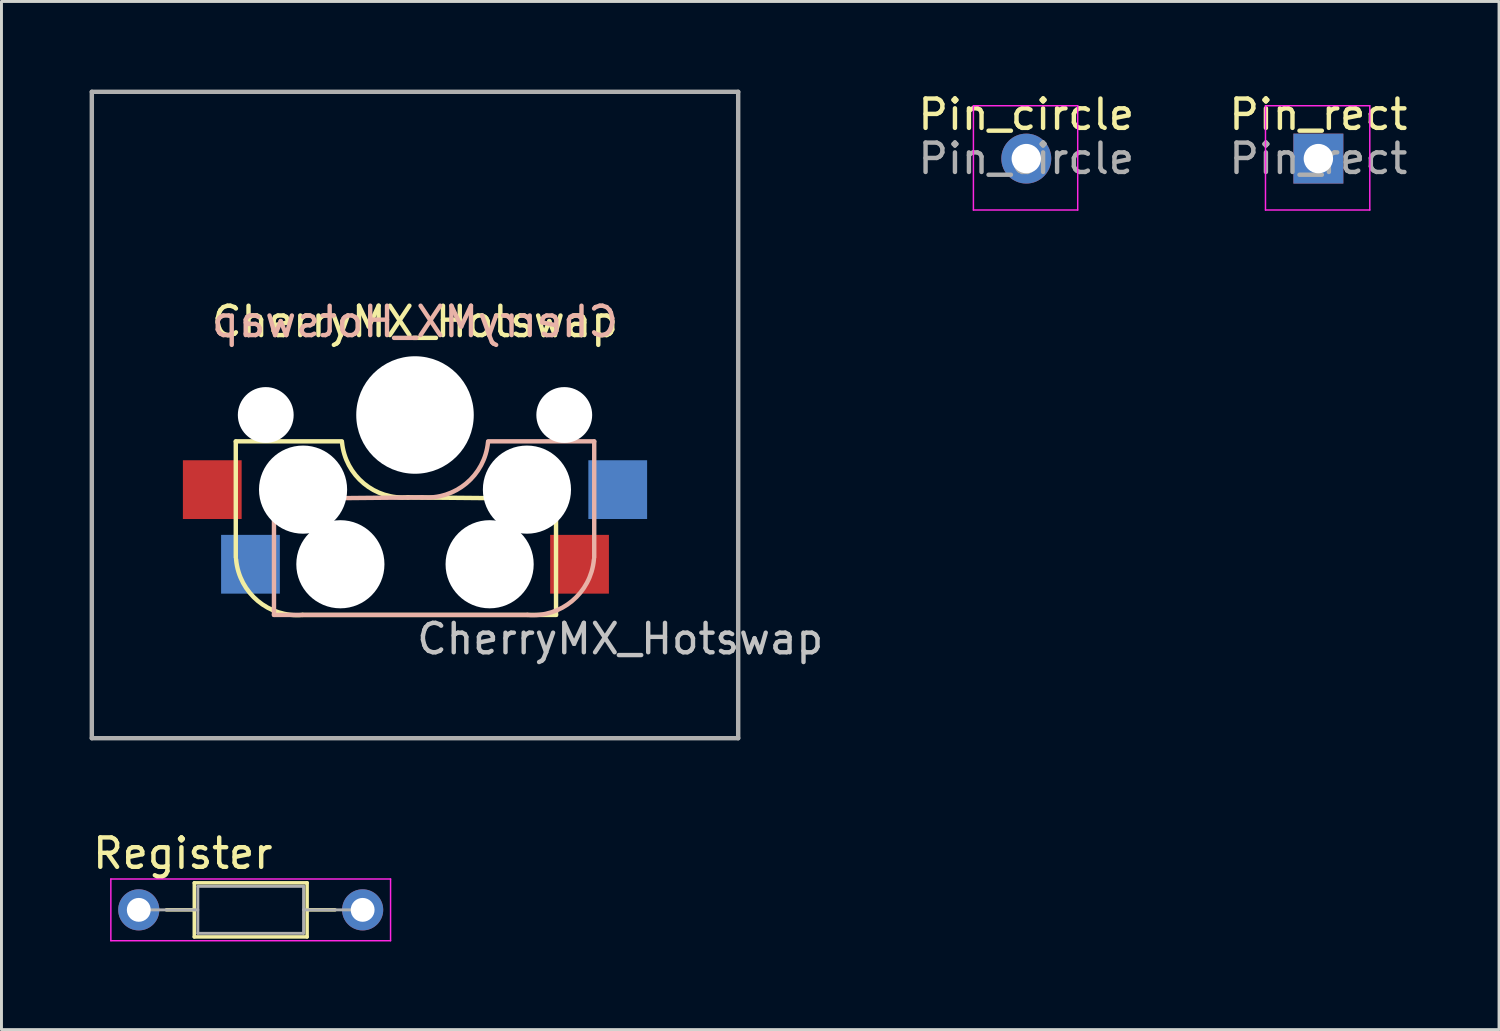
<source format=kicad_pcb>
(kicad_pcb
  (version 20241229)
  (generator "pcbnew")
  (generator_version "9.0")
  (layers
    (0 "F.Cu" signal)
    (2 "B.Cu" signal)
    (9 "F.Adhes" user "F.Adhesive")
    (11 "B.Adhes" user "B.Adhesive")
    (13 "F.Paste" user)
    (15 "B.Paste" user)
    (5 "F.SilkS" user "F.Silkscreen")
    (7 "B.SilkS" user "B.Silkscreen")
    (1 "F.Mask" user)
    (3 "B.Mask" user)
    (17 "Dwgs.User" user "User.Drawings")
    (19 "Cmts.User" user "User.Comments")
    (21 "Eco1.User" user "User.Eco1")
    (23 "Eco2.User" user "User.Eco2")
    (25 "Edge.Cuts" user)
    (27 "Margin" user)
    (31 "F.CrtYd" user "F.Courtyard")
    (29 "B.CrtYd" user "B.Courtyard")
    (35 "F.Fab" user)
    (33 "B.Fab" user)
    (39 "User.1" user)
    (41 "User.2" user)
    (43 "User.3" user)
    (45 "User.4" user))
  (footprint "Pin_circle"
    (layer "F.Cu")
    (at 31.881 2.348)
    (property "Reference" "Pin_circle" (at 0 -1.5 0) (layer "F.SilkS") (effects (font (size 1 1) (thickness 0.15))))
    (attr through_hole)
    (fp_line (start -1.8 -1.8) (end 1.75 -1.8) (stroke (width 0.05) (type solid)) (layer "F.CrtYd"))
    (fp_line (start -1.8 1.75) (end -1.8 -1.8) (stroke (width 0.05) (type solid)) (layer "F.CrtYd"))
    (fp_line (start 1.75 -1.8) (end 1.75 1.75) (stroke (width 0.05) (type solid)) (layer "F.CrtYd"))
    (fp_line (start 1.75 1.75) (end -1.8 1.75) (stroke (width 0.05) (type solid)) (layer "F.CrtYd"))
    (fp_text user "${REFERENCE}" (at 0 0 0) (layer "F.Fab") (effects (font (size 1 1) (thickness 0.15))))
    (pad "1" thru_hole circle (at 0 0) (size 1.7 1.7) (drill 1) (layers "*.Cu" "*.Mask")))
  (footprint "CherryMX_Hotswap"
    (layer "F.Cu")
    (at 11.075 11.075)
    (property "Reference" "CherryMX_Hotswap" (at 6.985 7.62 0) (layer "Dwgs.User") (effects (font (size 1 1) (thickness 0.15))))
    (attr through_hole)
    (fp_line (start -6.1 0.896) (end -2.49 0.896) (stroke (width 0.15) (type solid)) (layer "F.SilkS"))
    (fp_line (start -6.1 4.85) (end -6.1 0.905) (stroke (width 0.15) (type solid)) (layer "F.SilkS"))
    (fp_line (start 4.8 2.85) (end -0.25 2.804) (stroke (width 0.15) (type solid)) (layer "F.SilkS"))
    (fp_line (start 4.8 2.896) (end 4.8 6.804) (stroke (width 0.15) (type solid)) (layer "F.SilkS"))
    (fp_line (start 4.8 6.804) (end -3.825 6.804) (stroke (width 0.15) (type solid)) (layer "F.SilkS"))
    (fp_arc (start -3.825 6.804) (mid -5.347189 6.33089) (end -6.089 4.92) (stroke (width 0.15) (type solid)) (layer "F.SilkS"))
    (fp_arc (start -0.225 2.8) (mid -1.744361 2.328061) (end -2.485 0.92) (stroke (width 0.15) (type solid)) (layer "F.SilkS"))
    (fp_line (start -4.8 2.85) (end 0.25 2.804) (stroke (width 0.15) (type solid)) (layer "B.SilkS"))
    (fp_line (start -4.8 2.896) (end -4.8 6.804) (stroke (width 0.15) (type solid)) (layer "B.SilkS"))
    (fp_line (start -4.8 6.804) (end 3.825 6.804) (stroke (width 0.15) (type solid)) (layer "B.SilkS"))
    (fp_line (start 6.1 0.896) (end 2.49 0.896) (stroke (width 0.15) (type solid)) (layer "B.SilkS"))
    (fp_line (start 6.1 4.85) (end 6.1 0.905) (stroke (width 0.15) (type solid)) (layer "B.SilkS"))
    (fp_arc (start 2.485 0.92) (mid 1.744361 2.328061) (end 0.225 2.8) (stroke (width 0.15) (type solid)) (layer "B.SilkS"))
    (fp_arc (start 6.089 4.92) (mid 5.347189 6.33089) (end 3.825 6.804) (stroke (width 0.15) (type solid)) (layer "B.SilkS"))
    (fp_line (start -9 -9) (end 9 -9) (stroke (width 0.15) (type solid)) (layer "Eco2.User"))
    (fp_line (start -9 9) (end -9 -9) (stroke (width 0.15) (type solid)) (layer "Eco2.User"))
    (fp_line (start -7 -7) (end 7 -7) (stroke (width 0.15) (type solid)) (layer "Eco2.User"))
    (fp_line (start -7 7) (end -7 -7) (stroke (width 0.15) (type solid)) (layer "Eco2.User"))
    (fp_line (start 7 -7) (end 7 7) (stroke (width 0.15) (type solid)) (layer "Eco2.User"))
    (fp_line (start 7 7) (end -7 7) (stroke (width 0.15) (type solid)) (layer "Eco2.User"))
    (fp_line (start 9 -9) (end 9 9) (stroke (width 0.15) (type solid)) (layer "Eco2.User"))
    (fp_line (start 9 9) (end -9 9) (stroke (width 0.15) (type solid)) (layer "Eco2.User"))
    (fp_line (start -11 -11) (end -11 11) (stroke (width 0.15) (type solid)) (layer "F.Fab"))
    (fp_line (start -11 11) (end 11 11) (stroke (width 0.15) (type solid)) (layer "F.Fab"))
    (fp_line (start 11 -11) (end -11 -11) (stroke (width 0.15) (type solid)) (layer "F.Fab"))
    (fp_line (start 11 11) (end 11 -11) (stroke (width 0.15) (type solid)) (layer "F.Fab"))
    (fp_text user "${REFERENCE}" (at 0 -3.175 0) (layer "F.SilkS") (effects (font (size 1 1) (thickness 0.15))))
    (fp_text user "${REFERENCE}" (at 0 -3.175 0) (layer "B.SilkS") (effects (font (size 1 1) (thickness 0.15)) (justify mirror)))
    (pad "" np_thru_hole circle (at -5.08 0 270) (size 1.9 1.9) (drill 1.9) (layers "*.Cu" "*.Mask"))
    (pad "" np_thru_hole circle (at -3.81 2.54) (size 3 3) (drill 3) (layers "*.Cu" "*.Mask"))
    (pad "" np_thru_hole circle (at -2.54 5.08) (size 3 3) (drill 3) (layers "*.Cu" "*.Mask"))
    (pad "" np_thru_hole circle (at 0 0 270) (size 4 4) (drill 4) (layers "*.Cu" "*.Mask"))
    (pad "" np_thru_hole circle (at 2.54 5.08) (size 3 3) (drill 3) (layers "*.Cu" "*.Mask"))
    (pad "" np_thru_hole circle (at 3.81 2.54) (size 3 3) (drill 3) (layers "*.Cu" "*.Mask"))
    (pad "" np_thru_hole circle (at 5.08 0 270) (size 1.9 1.9) (drill 1.9) (layers "*.Cu" "*.Mask"))
    (pad "1" smd rect (at -6.9 2.54) (size 2 2) (layers "F.Cu" "F.Mask" "F.Paste"))
    (pad "1" smd rect (at -5.6 5.08) (size 2 2) (layers "B.Cu" "B.Mask" "B.Paste"))
    (pad "2" smd rect (at 5.6 5.08) (size 2 2) (layers "F.Cu" "F.Mask" "F.Paste"))
    (pad "2" smd rect (at 6.9 2.54) (size 2 2) (layers "B.Cu" "B.Mask" "B.Paste")))
  (footprint "Pin_rect"
    (layer "F.Cu")
    (at 41.822 2.348)
    (property "Reference" "Pin_rect" (at 0 -1.5 0) (layer "F.SilkS") (effects (font (size 1 1) (thickness 0.15))))
    (attr through_hole)
    (fp_line (start -1.8 -1.8) (end 1.75 -1.8) (stroke (width 0.05) (type solid)) (layer "F.CrtYd"))
    (fp_line (start -1.8 1.75) (end -1.8 -1.8) (stroke (width 0.05) (type solid)) (layer "F.CrtYd"))
    (fp_line (start 1.75 -1.8) (end 1.75 1.75) (stroke (width 0.05) (type solid)) (layer "F.CrtYd"))
    (fp_line (start 1.75 1.75) (end -1.8 1.75) (stroke (width 0.05) (type solid)) (layer "F.CrtYd"))
    (fp_text user "${REFERENCE}" (at 0 0 0) (layer "F.Fab") (effects (font (size 1 1) (thickness 0.15))))
    (pad "1" thru_hole rect (at 0 0) (size 1.7 1.7) (drill 1) (layers "*.Cu" "*.Mask")))
  (footprint "Register"
    (layer "F.Cu")
    (at 1.673 27.918)
    (property "Reference" "Register" (at 1.5 -1.92 0) (layer "F.SilkS") (effects (font (size 1 1) (thickness 0.15))))
    (attr through_hole)
    (fp_line (start 0.94 0) (end 1.89 0) (stroke (width 0.12) (type solid)) (layer "F.SilkS"))
    (fp_line (start 1.89 -0.92) (end 1.89 0.92) (stroke (width 0.12) (type solid)) (layer "F.SilkS"))
    (fp_line (start 1.89 0.92) (end 5.73 0.92) (stroke (width 0.12) (type solid)) (layer "F.SilkS"))
    (fp_line (start 5.73 -0.92) (end 1.89 -0.92) (stroke (width 0.12) (type solid)) (layer "F.SilkS"))
    (fp_line (start 5.73 0.92) (end 5.73 -0.92) (stroke (width 0.12) (type solid)) (layer "F.SilkS"))
    (fp_line (start 6.68 0) (end 5.73 0) (stroke (width 0.12) (type solid)) (layer "F.SilkS"))
    (fp_line (start -0.95 -1.05) (end -0.95 1.05) (stroke (width 0.05) (type solid)) (layer "F.CrtYd"))
    (fp_line (start -0.95 1.05) (end 8.57 1.05) (stroke (width 0.05) (type solid)) (layer "F.CrtYd"))
    (fp_line (start 8.57 -1.05) (end -0.95 -1.05) (stroke (width 0.05) (type solid)) (layer "F.CrtYd"))
    (fp_line (start 8.57 1.05) (end 8.57 -1.05) (stroke (width 0.05) (type solid)) (layer "F.CrtYd"))
    (fp_line (start 0 0) (end 2.01 0) (stroke (width 0.1) (type solid)) (layer "F.Fab"))
    (fp_line (start 2.01 -0.8) (end 2.01 0.8) (stroke (width 0.1) (type solid)) (layer "F.Fab"))
    (fp_line (start 2.01 0.8) (end 5.61 0.8) (stroke (width 0.1) (type solid)) (layer "F.Fab"))
    (fp_line (start 5.61 -0.8) (end 2.01 -0.8) (stroke (width 0.1) (type solid)) (layer "F.Fab"))
    (fp_line (start 5.61 0.8) (end 5.61 -0.8) (stroke (width 0.1) (type solid)) (layer "F.Fab"))
    (fp_line (start 7.62 0) (end 5.61 0) (stroke (width 0.1) (type solid)) (layer "F.Fab"))
    (pad "1" thru_hole circle (at 0 0) (size 1.4 1.4) (drill 0.812) (layers "*.Cu" "*.Mask"))
    (pad "2" thru_hole oval (at 7.62 0) (size 1.4 1.4) (drill 0.812) (layers "*.Cu" "*.Mask")))
  (gr_rect
    (start -3 -3)
    (end 47.971 31.993)
    (stroke (width 0.1) (type default))
    (fill no)
    (layer "Edge.Cuts")))
</source>
